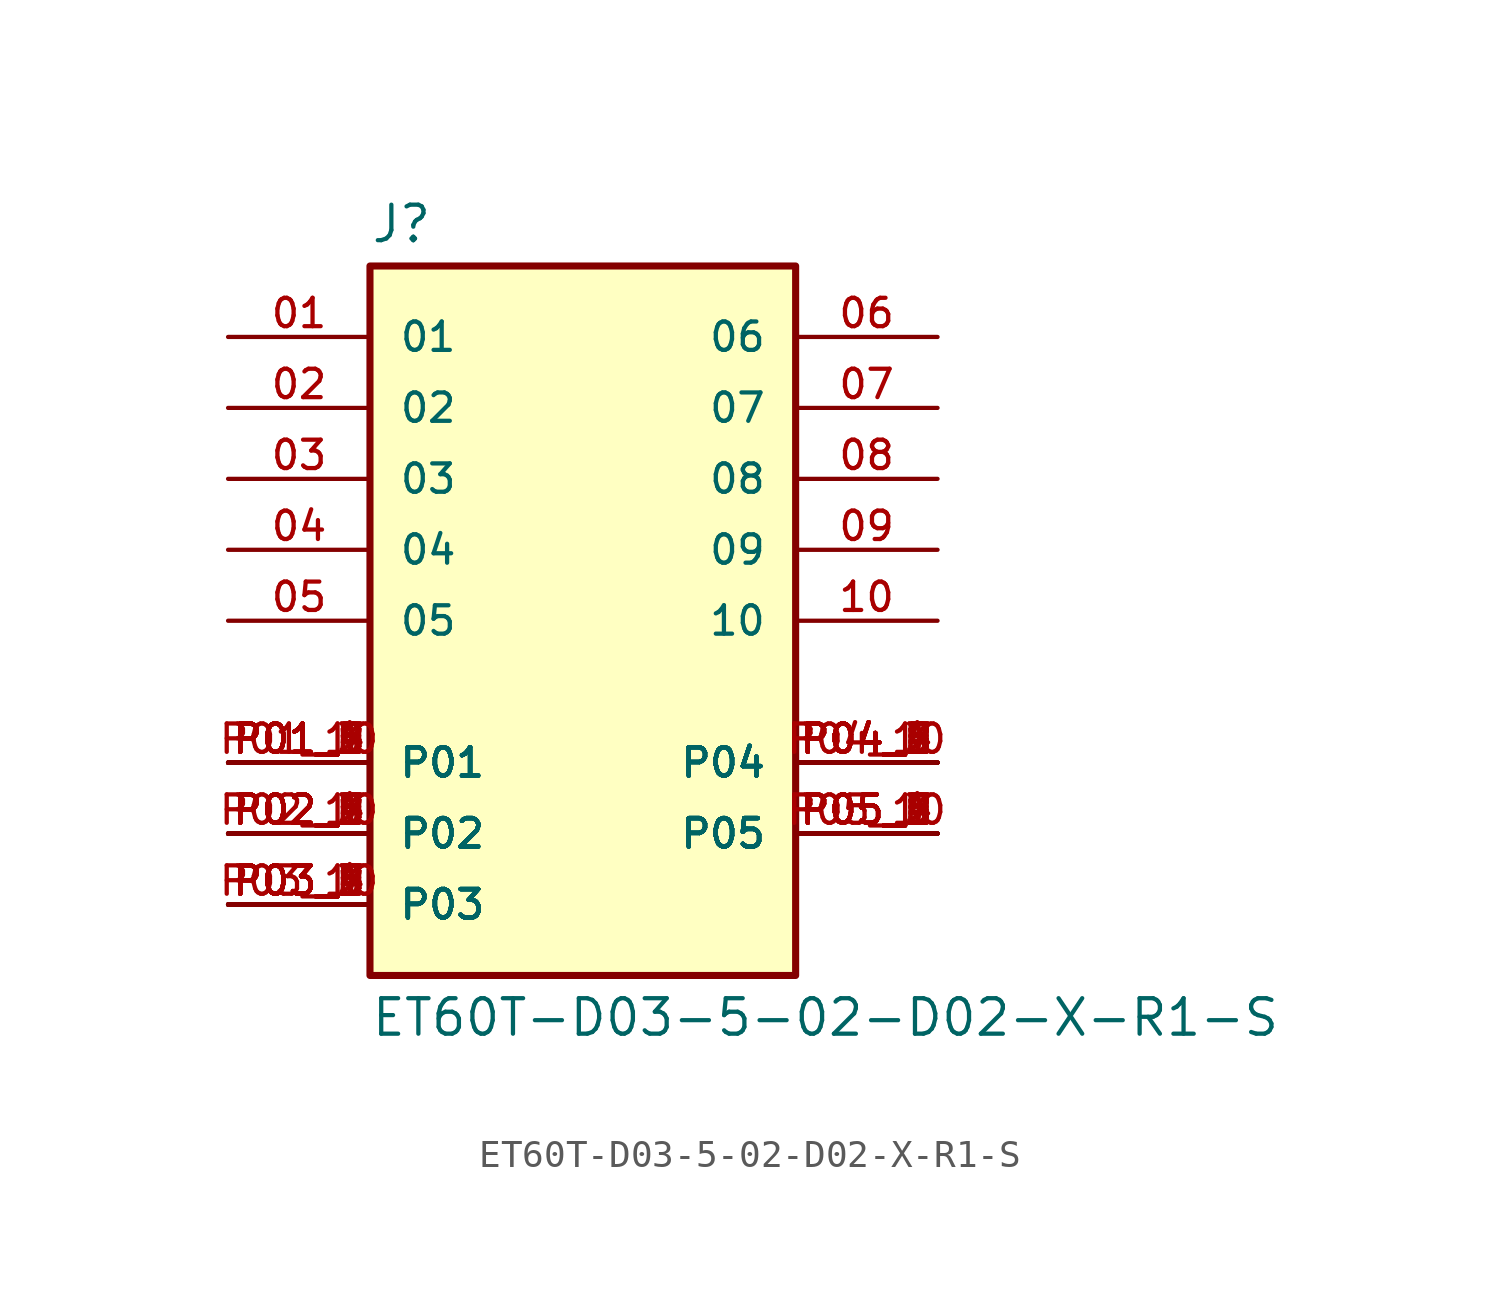
<source format=kicad_sym>
(kicad_symbol_lib
  (version 20211014)
  (generator kicad_symbol_editor)
  (symbol "ET60T-D03-5-02-D02-X-R1-S"
    (pin_names
      (offset 1.016))
    (property "Reference" "J"
      (at -7.62 13.462 0)
      (effects (font (size 1.27 1.27)) (justify bottom left)))
    (property "Value" "ET60T-D03-5-02-D02-X-R1-S"
      (at -7.62 -13.462 0)
      (effects (font (size 1.27 1.27)) (justify top left)))
    (symbol "ET60T-D03-5-02-D02-X-R1-S_0_0"
      (rectangle (start -7.62 -12.7) (end 7.62 12.7) (stroke (width 0.254)) (fill (type background)))
      (pin passive line (at -12.7 10.16 0) (length 5.08) (name "01" (effects (font (size 1.016 1.016)))) (number "01" (effects (font (size 1.016 1.016)))))
      (pin passive line (at -12.7 7.62 0) (length 5.08) (name "02" (effects (font (size 1.016 1.016)))) (number "02" (effects (font (size 1.016 1.016)))))
      (pin passive line (at -12.7 5.08 0) (length 5.08) (name "03" (effects (font (size 1.016 1.016)))) (number "03" (effects (font (size 1.016 1.016)))))
      (pin passive line (at -12.7 2.54 0) (length 5.08) (name "04" (effects (font (size 1.016 1.016)))) (number "04" (effects (font (size 1.016 1.016)))))
      (pin passive line (at -12.7 0.0 0) (length 5.08) (name "05" (effects (font (size 1.016 1.016)))) (number "05" (effects (font (size 1.016 1.016)))))
      (pin passive line (at 12.7 10.16 180.0) (length 5.08) (name "06" (effects (font (size 1.016 1.016)))) (number "06" (effects (font (size 1.016 1.016)))))
      (pin passive line (at 12.7 7.62 180.0) (length 5.08) (name "07" (effects (font (size 1.016 1.016)))) (number "07" (effects (font (size 1.016 1.016)))))
      (pin passive line (at 12.7 5.08 180.0) (length 5.08) (name "08" (effects (font (size 1.016 1.016)))) (number "08" (effects (font (size 1.016 1.016)))))
      (pin passive line (at 12.7 2.54 180.0) (length 5.08) (name "09" (effects (font (size 1.016 1.016)))) (number "09" (effects (font (size 1.016 1.016)))))
      (pin passive line (at 12.7 0.0 180.0) (length 5.08) (name "10" (effects (font (size 1.016 1.016)))) (number "10" (effects (font (size 1.016 1.016)))))
      (pin power_in line (at -12.7 -5.08 0) (length 5.08) (name "P01" (effects (font (size 1.016 1.016)))) (number "P01_1" (effects (font (size 1.016 1.016)))))
      (pin power_in line (at -12.7 -5.08 0) (length 5.08) (name "P01" (effects (font (size 1.016 1.016)))) (number "P01_2" (effects (font (size 1.016 1.016)))))
      (pin power_in line (at -12.7 -5.08 0) (length 5.08) (name "P01" (effects (font (size 1.016 1.016)))) (number "P01_3" (effects (font (size 1.016 1.016)))))
      (pin power_in line (at -12.7 -5.08 0) (length 5.08) (name "P01" (effects (font (size 1.016 1.016)))) (number "P01_4" (effects (font (size 1.016 1.016)))))
      (pin power_in line (at -12.7 -5.08 0) (length 5.08) (name "P01" (effects (font (size 1.016 1.016)))) (number "P01_5" (effects (font (size 1.016 1.016)))))
      (pin power_in line (at -12.7 -5.08 0) (length 5.08) (name "P01" (effects (font (size 1.016 1.016)))) (number "P01_6" (effects (font (size 1.016 1.016)))))
      (pin power_in line (at -12.7 -5.08 0) (length 5.08) (name "P01" (effects (font (size 1.016 1.016)))) (number "P01_7" (effects (font (size 1.016 1.016)))))
      (pin power_in line (at -12.7 -5.08 0) (length 5.08) (name "P01" (effects (font (size 1.016 1.016)))) (number "P01_8" (effects (font (size 1.016 1.016)))))
      (pin power_in line (at -12.7 -5.08 0) (length 5.08) (name "P01" (effects (font (size 1.016 1.016)))) (number "P01_9" (effects (font (size 1.016 1.016)))))
      (pin power_in line (at -12.7 -5.08 0) (length 5.08) (name "P01" (effects (font (size 1.016 1.016)))) (number "P01_10" (effects (font (size 1.016 1.016)))))
      (pin power_in line (at -12.7 -7.62 0) (length 5.08) (name "P02" (effects (font (size 1.016 1.016)))) (number "P02_1" (effects (font (size 1.016 1.016)))))
      (pin power_in line (at -12.7 -7.62 0) (length 5.08) (name "P02" (effects (font (size 1.016 1.016)))) (number "P02_2" (effects (font (size 1.016 1.016)))))
      (pin power_in line (at -12.7 -7.62 0) (length 5.08) (name "P02" (effects (font (size 1.016 1.016)))) (number "P02_3" (effects (font (size 1.016 1.016)))))
      (pin power_in line (at -12.7 -7.62 0) (length 5.08) (name "P02" (effects (font (size 1.016 1.016)))) (number "P02_4" (effects (font (size 1.016 1.016)))))
      (pin power_in line (at -12.7 -7.62 0) (length 5.08) (name "P02" (effects (font (size 1.016 1.016)))) (number "P02_5" (effects (font (size 1.016 1.016)))))
      (pin power_in line (at -12.7 -7.62 0) (length 5.08) (name "P02" (effects (font (size 1.016 1.016)))) (number "P02_6" (effects (font (size 1.016 1.016)))))
      (pin power_in line (at -12.7 -7.62 0) (length 5.08) (name "P02" (effects (font (size 1.016 1.016)))) (number "P02_7" (effects (font (size 1.016 1.016)))))
      (pin power_in line (at -12.7 -7.62 0) (length 5.08) (name "P02" (effects (font (size 1.016 1.016)))) (number "P02_8" (effects (font (size 1.016 1.016)))))
      (pin power_in line (at -12.7 -7.62 0) (length 5.08) (name "P02" (effects (font (size 1.016 1.016)))) (number "P02_9" (effects (font (size 1.016 1.016)))))
      (pin power_in line (at -12.7 -7.62 0) (length 5.08) (name "P02" (effects (font (size 1.016 1.016)))) (number "P02_10" (effects (font (size 1.016 1.016)))))
      (pin power_in line (at -12.7 -10.16 0) (length 5.08) (name "P03" (effects (font (size 1.016 1.016)))) (number "P03_1" (effects (font (size 1.016 1.016)))))
      (pin power_in line (at -12.7 -10.16 0) (length 5.08) (name "P03" (effects (font (size 1.016 1.016)))) (number "P03_2" (effects (font (size 1.016 1.016)))))
      (pin power_in line (at -12.7 -10.16 0) (length 5.08) (name "P03" (effects (font (size 1.016 1.016)))) (number "P03_3" (effects (font (size 1.016 1.016)))))
      (pin power_in line (at -12.7 -10.16 0) (length 5.08) (name "P03" (effects (font (size 1.016 1.016)))) (number "P03_4" (effects (font (size 1.016 1.016)))))
      (pin power_in line (at -12.7 -10.16 0) (length 5.08) (name "P03" (effects (font (size 1.016 1.016)))) (number "P03_5" (effects (font (size 1.016 1.016)))))
      (pin power_in line (at -12.7 -10.16 0) (length 5.08) (name "P03" (effects (font (size 1.016 1.016)))) (number "P03_6" (effects (font (size 1.016 1.016)))))
      (pin power_in line (at -12.7 -10.16 0) (length 5.08) (name "P03" (effects (font (size 1.016 1.016)))) (number "P03_7" (effects (font (size 1.016 1.016)))))
      (pin power_in line (at -12.7 -10.16 0) (length 5.08) (name "P03" (effects (font (size 1.016 1.016)))) (number "P03_8" (effects (font (size 1.016 1.016)))))
      (pin power_in line (at -12.7 -10.16 0) (length 5.08) (name "P03" (effects (font (size 1.016 1.016)))) (number "P03_9" (effects (font (size 1.016 1.016)))))
      (pin power_in line (at -12.7 -10.16 0) (length 5.08) (name "P03" (effects (font (size 1.016 1.016)))) (number "P03_10" (effects (font (size 1.016 1.016)))))
      (pin power_in line (at 12.7 -5.08 180.0) (length 5.08) (name "P04" (effects (font (size 1.016 1.016)))) (number "P04_1" (effects (font (size 1.016 1.016)))))
      (pin power_in line (at 12.7 -5.08 180.0) (length 5.08) (name "P04" (effects (font (size 1.016 1.016)))) (number "P04_2" (effects (font (size 1.016 1.016)))))
      (pin power_in line (at 12.7 -5.08 180.0) (length 5.08) (name "P04" (effects (font (size 1.016 1.016)))) (number "P04_3" (effects (font (size 1.016 1.016)))))
      (pin power_in line (at 12.7 -5.08 180.0) (length 5.08) (name "P04" (effects (font (size 1.016 1.016)))) (number "P04_4" (effects (font (size 1.016 1.016)))))
      (pin power_in line (at 12.7 -5.08 180.0) (length 5.08) (name "P04" (effects (font (size 1.016 1.016)))) (number "P04_5" (effects (font (size 1.016 1.016)))))
      (pin power_in line (at 12.7 -5.08 180.0) (length 5.08) (name "P04" (effects (font (size 1.016 1.016)))) (number "P04_6" (effects (font (size 1.016 1.016)))))
      (pin power_in line (at 12.7 -5.08 180.0) (length 5.08) (name "P04" (effects (font (size 1.016 1.016)))) (number "P04_7" (effects (font (size 1.016 1.016)))))
      (pin power_in line (at 12.7 -5.08 180.0) (length 5.08) (name "P04" (effects (font (size 1.016 1.016)))) (number "P04_8" (effects (font (size 1.016 1.016)))))
      (pin power_in line (at 12.7 -5.08 180.0) (length 5.08) (name "P04" (effects (font (size 1.016 1.016)))) (number "P04_9" (effects (font (size 1.016 1.016)))))
      (pin power_in line (at 12.7 -5.08 180.0) (length 5.08) (name "P04" (effects (font (size 1.016 1.016)))) (number "P04_10" (effects (font (size 1.016 1.016)))))
      (pin power_in line (at 12.7 -7.62 180.0) (length 5.08) (name "P05" (effects (font (size 1.016 1.016)))) (number "P05_1" (effects (font (size 1.016 1.016)))))
      (pin power_in line (at 12.7 -7.62 180.0) (length 5.08) (name "P05" (effects (font (size 1.016 1.016)))) (number "P05_2" (effects (font (size 1.016 1.016)))))
      (pin power_in line (at 12.7 -7.62 180.0) (length 5.08) (name "P05" (effects (font (size 1.016 1.016)))) (number "P05_3" (effects (font (size 1.016 1.016)))))
      (pin power_in line (at 12.7 -7.62 180.0) (length 5.08) (name "P05" (effects (font (size 1.016 1.016)))) (number "P05_4" (effects (font (size 1.016 1.016)))))
      (pin power_in line (at 12.7 -7.62 180.0) (length 5.08) (name "P05" (effects (font (size 1.016 1.016)))) (number "P05_5" (effects (font (size 1.016 1.016)))))
      (pin power_in line (at 12.7 -7.62 180.0) (length 5.08) (name "P05" (effects (font (size 1.016 1.016)))) (number "P05_6" (effects (font (size 1.016 1.016)))))
      (pin power_in line (at 12.7 -7.62 180.0) (length 5.08) (name "P05" (effects (font (size 1.016 1.016)))) (number "P05_7" (effects (font (size 1.016 1.016)))))
      (pin power_in line (at 12.7 -7.62 180.0) (length 5.08) (name "P05" (effects (font (size 1.016 1.016)))) (number "P05_8" (effects (font (size 1.016 1.016)))))
      (pin power_in line (at 12.7 -7.62 180.0) (length 5.08) (name "P05" (effects (font (size 1.016 1.016)))) (number "P05_9" (effects (font (size 1.016 1.016)))))
      (pin power_in line (at 12.7 -7.62 180.0) (length 5.08) (name "P05" (effects (font (size 1.016 1.016)))) (number "P05_10" (effects (font (size 1.016 1.016))))))))
</source>
